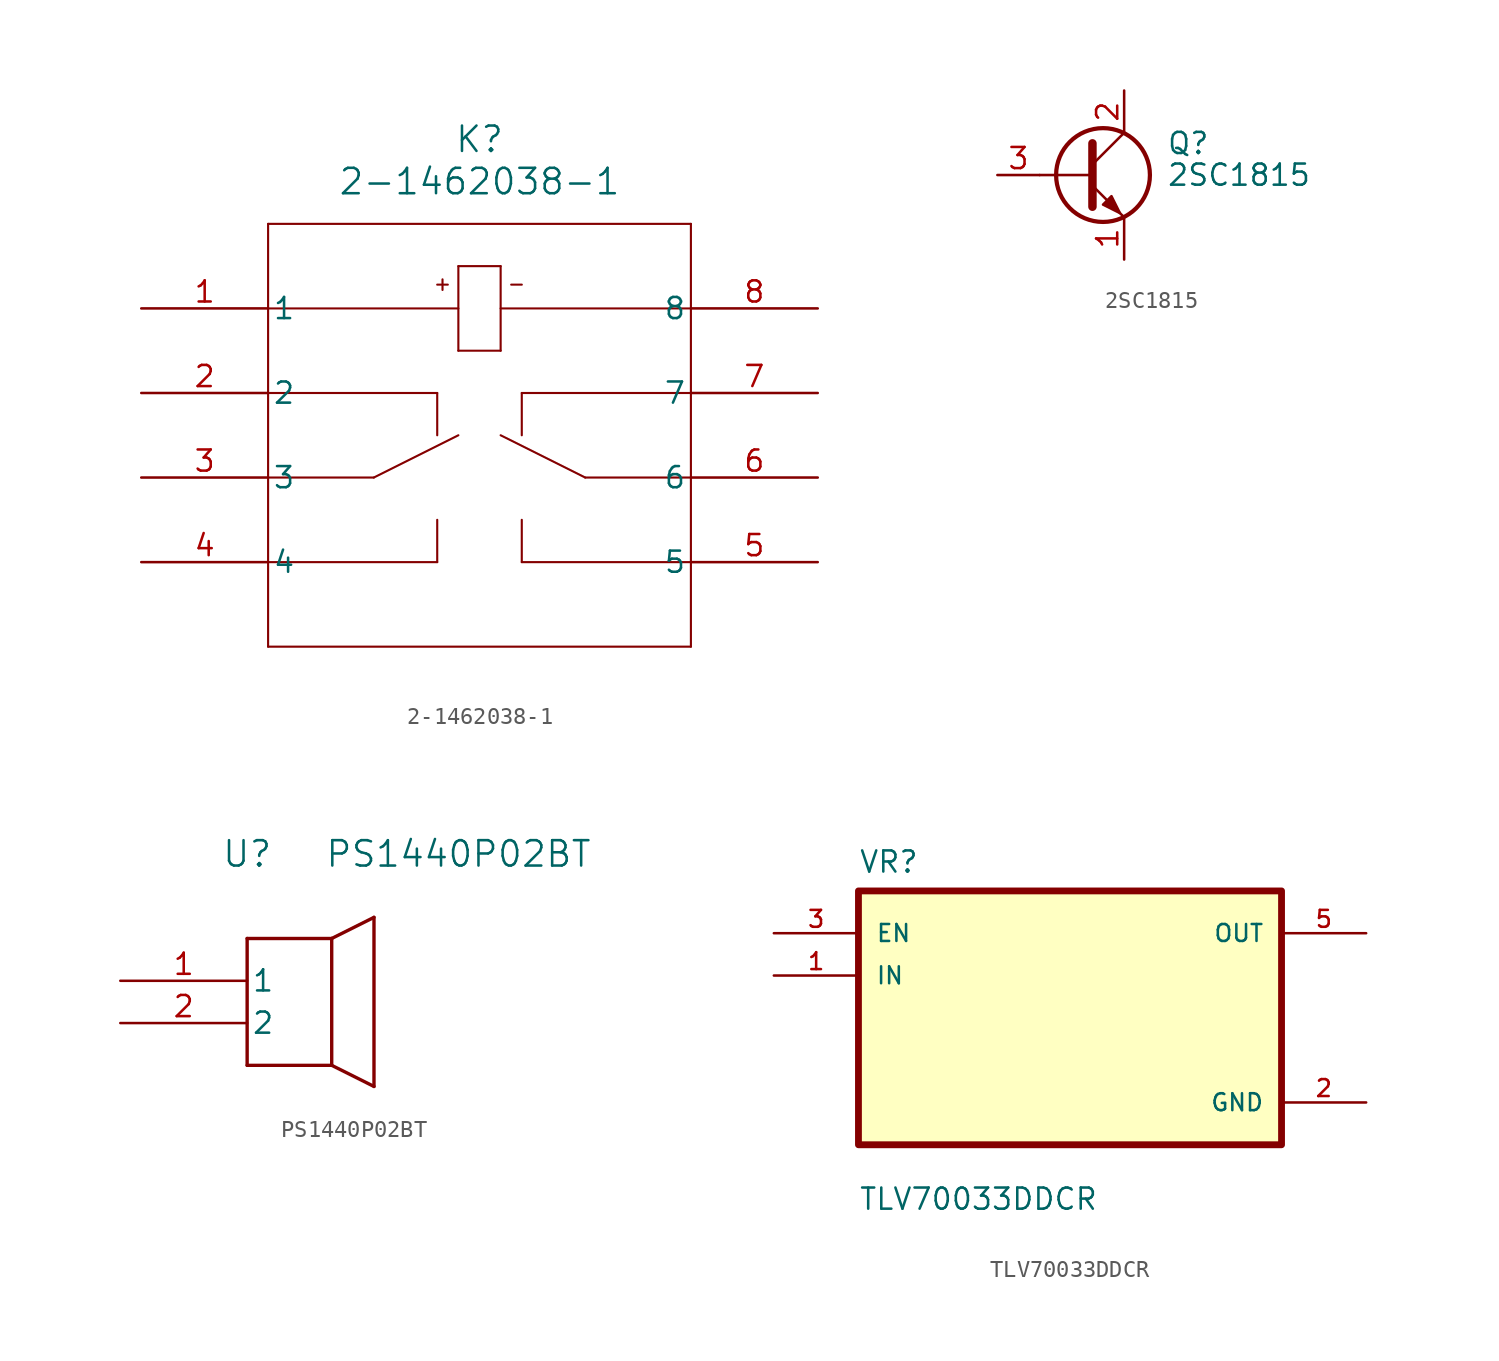
<source format=kicad_sym>
(kicad_symbol_lib
  (version 20241209)
  (generator "kicad_symbol_editor")
  (generator_version "9.0")
  (symbol "2-1462038-1"
    (pin_names
      (offset 0.254))
    (property "Reference" "K"
      (at 20.32 10.16 0)
      (effects (font (size 1.524 1.524))))
    (property "Value" "2-1462038-1"
      (at 20.32 7.62 0)
      (effects (font (size 1.524 1.524))))
    (symbol "2-1462038-1_0_1"
      (polyline (pts (xy 7.62 5.08) (xy 7.62 -20.32)) (stroke (width 0.127) (type default)) (fill (type none)))
      (polyline (pts (xy 7.62 0) (xy 19.05 0)) (stroke (width 0.127) (type default)) (fill (type none)))
      (polyline (pts (xy 7.62 -5.08) (xy 17.78 -5.08)) (stroke (width 0.127) (type default)) (fill (type none)))
      (polyline (pts (xy 7.62 -10.16) (xy 13.97 -10.16)) (stroke (width 0.127) (type default)) (fill (type none)))
      (polyline (pts (xy 7.62 -20.32) (xy 33.02 -20.32)) (stroke (width 0.127) (type default)) (fill (type none)))
      (polyline (pts (xy 13.97 -10.16) (xy 19.05 -7.62)) (stroke (width 0.127) (type default)) (fill (type none)))
      (polyline (pts (xy 17.78 1.429) (xy 18.415 1.429)) (stroke (width 0.127) (type default)) (fill (type none)))
      (polyline (pts (xy 17.78 -5.08) (xy 17.78 -7.62)) (stroke (width 0.127) (type default)) (fill (type none)))
      (polyline (pts (xy 17.78 -12.7) (xy 17.78 -15.24)) (stroke (width 0.127) (type default)) (fill (type none)))
      (polyline (pts (xy 17.78 -15.24) (xy 7.62 -15.24)) (stroke (width 0.127) (type default)) (fill (type none)))
      (polyline (pts (xy 18.098 1.746) (xy 18.098 1.111)) (stroke (width 0.127) (type default)) (fill (type none)))
      (polyline (pts (xy 19.05 2.54) (xy 19.05 -2.54)) (stroke (width 0.127) (type default)) (fill (type none)))
      (polyline (pts (xy 19.05 -2.54) (xy 21.59 -2.54)) (stroke (width 0.127) (type default)) (fill (type none)))
      (polyline (pts (xy 21.59 2.54) (xy 19.05 2.54)) (stroke (width 0.127) (type default)) (fill (type none)))
      (polyline (pts (xy 21.59 0) (xy 33.02 0)) (stroke (width 0.127) (type default)) (fill (type none)))
      (polyline (pts (xy 21.59 -2.54) (xy 21.59 2.54)) (stroke (width 0.127) (type default)) (fill (type none)))
      (polyline (pts (xy 22.225 1.429) (xy 22.86 1.429)) (stroke (width 0.127) (type default)) (fill (type none)))
      (polyline (pts (xy 22.86 -5.08) (xy 33.02 -5.08)) (stroke (width 0.127) (type default)) (fill (type none)))
      (polyline (pts (xy 22.86 -7.62) (xy 22.86 -5.08)) (stroke (width 0.127) (type default)) (fill (type none)))
      (polyline (pts (xy 22.86 -15.24) (xy 22.86 -12.7)) (stroke (width 0.127) (type default)) (fill (type none)))
      (polyline (pts (xy 26.67 -10.16) (xy 21.59 -7.62)) (stroke (width 0.127) (type default)) (fill (type none)))
      (polyline (pts (xy 33.02 5.08) (xy 7.62 5.08)) (stroke (width 0.127) (type default)) (fill (type none)))
      (polyline (pts (xy 33.02 -10.16) (xy 26.67 -10.16)) (stroke (width 0.127) (type default)) (fill (type none)))
      (polyline (pts (xy 33.02 -15.24) (xy 22.86 -15.24)) (stroke (width 0.127) (type default)) (fill (type none)))
      (polyline (pts (xy 33.02 -20.32) (xy 33.02 5.08)) (stroke (width 0.127) (type default)) (fill (type none)))
      (pin unspecified line (at 0 0 0) (length 7.62) (name "1" (effects (font (size 1.27 1.27)))) (number "1" (effects (font (size 1.27 1.27)))))
      (pin unspecified line (at 0 -5.08 0) (length 7.62) (name "2" (effects (font (size 1.27 1.27)))) (number "2" (effects (font (size 1.27 1.27)))))
      (pin unspecified line (at 0 -10.16 0) (length 7.62) (name "3" (effects (font (size 1.27 1.27)))) (number "3" (effects (font (size 1.27 1.27)))))
      (pin unspecified line (at 0 -15.24 0) (length 7.62) (name "4" (effects (font (size 1.27 1.27)))) (number "4" (effects (font (size 1.27 1.27)))))
      (pin unspecified line (at 40.64 0 180) (length 7.62) (name "8" (effects (font (size 1.27 1.27)))) (number "8" (effects (font (size 1.27 1.27)))))
      (pin unspecified line (at 40.64 -5.08 180) (length 7.62) (name "7" (effects (font (size 1.27 1.27)))) (number "7" (effects (font (size 1.27 1.27)))))
      (pin unspecified line (at 40.64 -10.16 180) (length 7.62) (name "6" (effects (font (size 1.27 1.27)))) (number "6" (effects (font (size 1.27 1.27)))))
      (pin unspecified line (at 40.64 -15.24 180) (length 7.62) (name "5" (effects (font (size 1.27 1.27)))) (number "5" (effects (font (size 1.27 1.27)))))))
  (symbol "2SC1815"
    (pin_names
      (offset 0)
      (hide yes))
    (property "Reference" "Q"
      (at 5.08 1.905 0)
      (effects (font (size 1.27 1.27)) (justify left)))
    (property "Value" "2SC1815"
      (at 5.08 0 0)
      (effects (font (size 1.27 1.27)) (justify left)))
    (symbol "2SC1815_0_1"
      (polyline (pts (xy -2.54 0) (xy 0.635 0)) (stroke (width 0) (type default)) (fill (type none)))
      (polyline (pts (xy 0.635 1.905) (xy 0.635 -1.905)) (stroke (width 0.508) (type default)) (fill (type none)))
      (circle (center 1.27 0) (radius 2.819) (stroke (width 0.254) (type default)) (fill (type none))))
    (symbol "2SC1815_1_1"
      (polyline (pts (xy 0.635 0.635) (xy 2.54 2.54)) (stroke (width 0) (type default)) (fill (type none)))
      (polyline (pts (xy 0.635 -0.635) (xy 2.54 -2.54)) (stroke (width 0) (type default)) (fill (type none)))
      (polyline (pts (xy 1.27 -1.778) (xy 1.778 -1.27) (xy 2.286 -2.286) (xy 1.27 -1.778)) (stroke (width 0) (type default)) (fill (type outline)))
      (pin input line (at -5.08 0 0) (length 2.54) (name "B" (effects (font (size 1.27 1.27)))) (number "3" (effects (font (size 1.27 1.27)))))
      (pin passive line (at 2.54 5.08 270) (length 2.54) (name "C" (effects (font (size 1.27 1.27)))) (number "2" (effects (font (size 1.27 1.27)))))
      (pin passive line (at 2.54 -5.08 90) (length 2.54) (name "E" (effects (font (size 1.27 1.27)))) (number "1" (effects (font (size 1.27 1.27)))))))
  (symbol "PS1440P02BT"
    (pin_names
      (offset 0.254))
    (property "Reference" "U"
      (at 7.62 7.62 0)
      (effects (font (size 1.524 1.524))))
    (property "Value" "PS1440P02BT"
      (at 20.32 7.62 0)
      (effects (font (size 1.524 1.524))))
    (symbol "PS1440P02BT_0_1"
      (polyline (pts (xy 7.62 2.54) (xy 7.62 -5.08)) (stroke (width 0.203) (type default)) (fill (type none)))
      (polyline (pts (xy 7.62 -5.08) (xy 12.7 -5.08)) (stroke (width 0.203) (type default)) (fill (type none)))
      (polyline (pts (xy 12.7 2.54) (xy 7.62 2.54)) (stroke (width 0.203) (type default)) (fill (type none)))
      (polyline (pts (xy 12.7 2.54) (xy 15.24 3.81)) (stroke (width 0.203) (type default)) (fill (type none)))
      (polyline (pts (xy 12.7 -5.08) (xy 12.7 2.54)) (stroke (width 0.203) (type default)) (fill (type none)))
      (polyline (pts (xy 15.24 3.81) (xy 15.24 -6.35)) (stroke (width 0.203) (type default)) (fill (type none)))
      (polyline (pts (xy 15.24 -6.35) (xy 12.7 -5.08)) (stroke (width 0.203) (type default)) (fill (type none)))
      (pin unspecified line (at 0 0 0) (length 7.62) (name "1" (effects (font (size 1.27 1.27)))) (number "1" (effects (font (size 1.27 1.27)))))
      (pin unspecified line (at 0 -2.54 0) (length 7.62) (name "2" (effects (font (size 1.27 1.27)))) (number "2" (effects (font (size 1.27 1.27)))))))
  (symbol "TLV70033DDCR"
    (pin_names
      (offset 1.016))
    (property "Reference" "VR"
      (at -12.7 8.62 0)
      (effects (font (size 1.27 1.27)) (justify left bottom)))
    (property "Value" "TLV70033DDCR"
      (at -12.7 -11.62 0)
      (effects (font (size 1.27 1.27)) (justify left bottom)))
    (symbol "TLV70033DDCR_0_0"
      (rectangle (start -12.7 -7.62) (end 12.7 7.62) (stroke (width 0.41) (type default)) (fill (type background)))
      (pin input line (at -17.78 5.08 0) (length 5.08) (name "EN" (effects (font (size 1.016 1.016)))) (number "3" (effects (font (size 1.016 1.016)))))
      (pin input line (at -17.78 2.54 0) (length 5.08) (name "IN" (effects (font (size 1.016 1.016)))) (number "1" (effects (font (size 1.016 1.016)))))
      (pin output line (at 17.78 5.08 180) (length 5.08) (name "OUT" (effects (font (size 1.016 1.016)))) (number "5" (effects (font (size 1.016 1.016)))))
      (pin power_in line (at 17.78 -5.08 180) (length 5.08) (name "GND" (effects (font (size 1.016 1.016)))) (number "2" (effects (font (size 1.016 1.016))))))))
</source>
